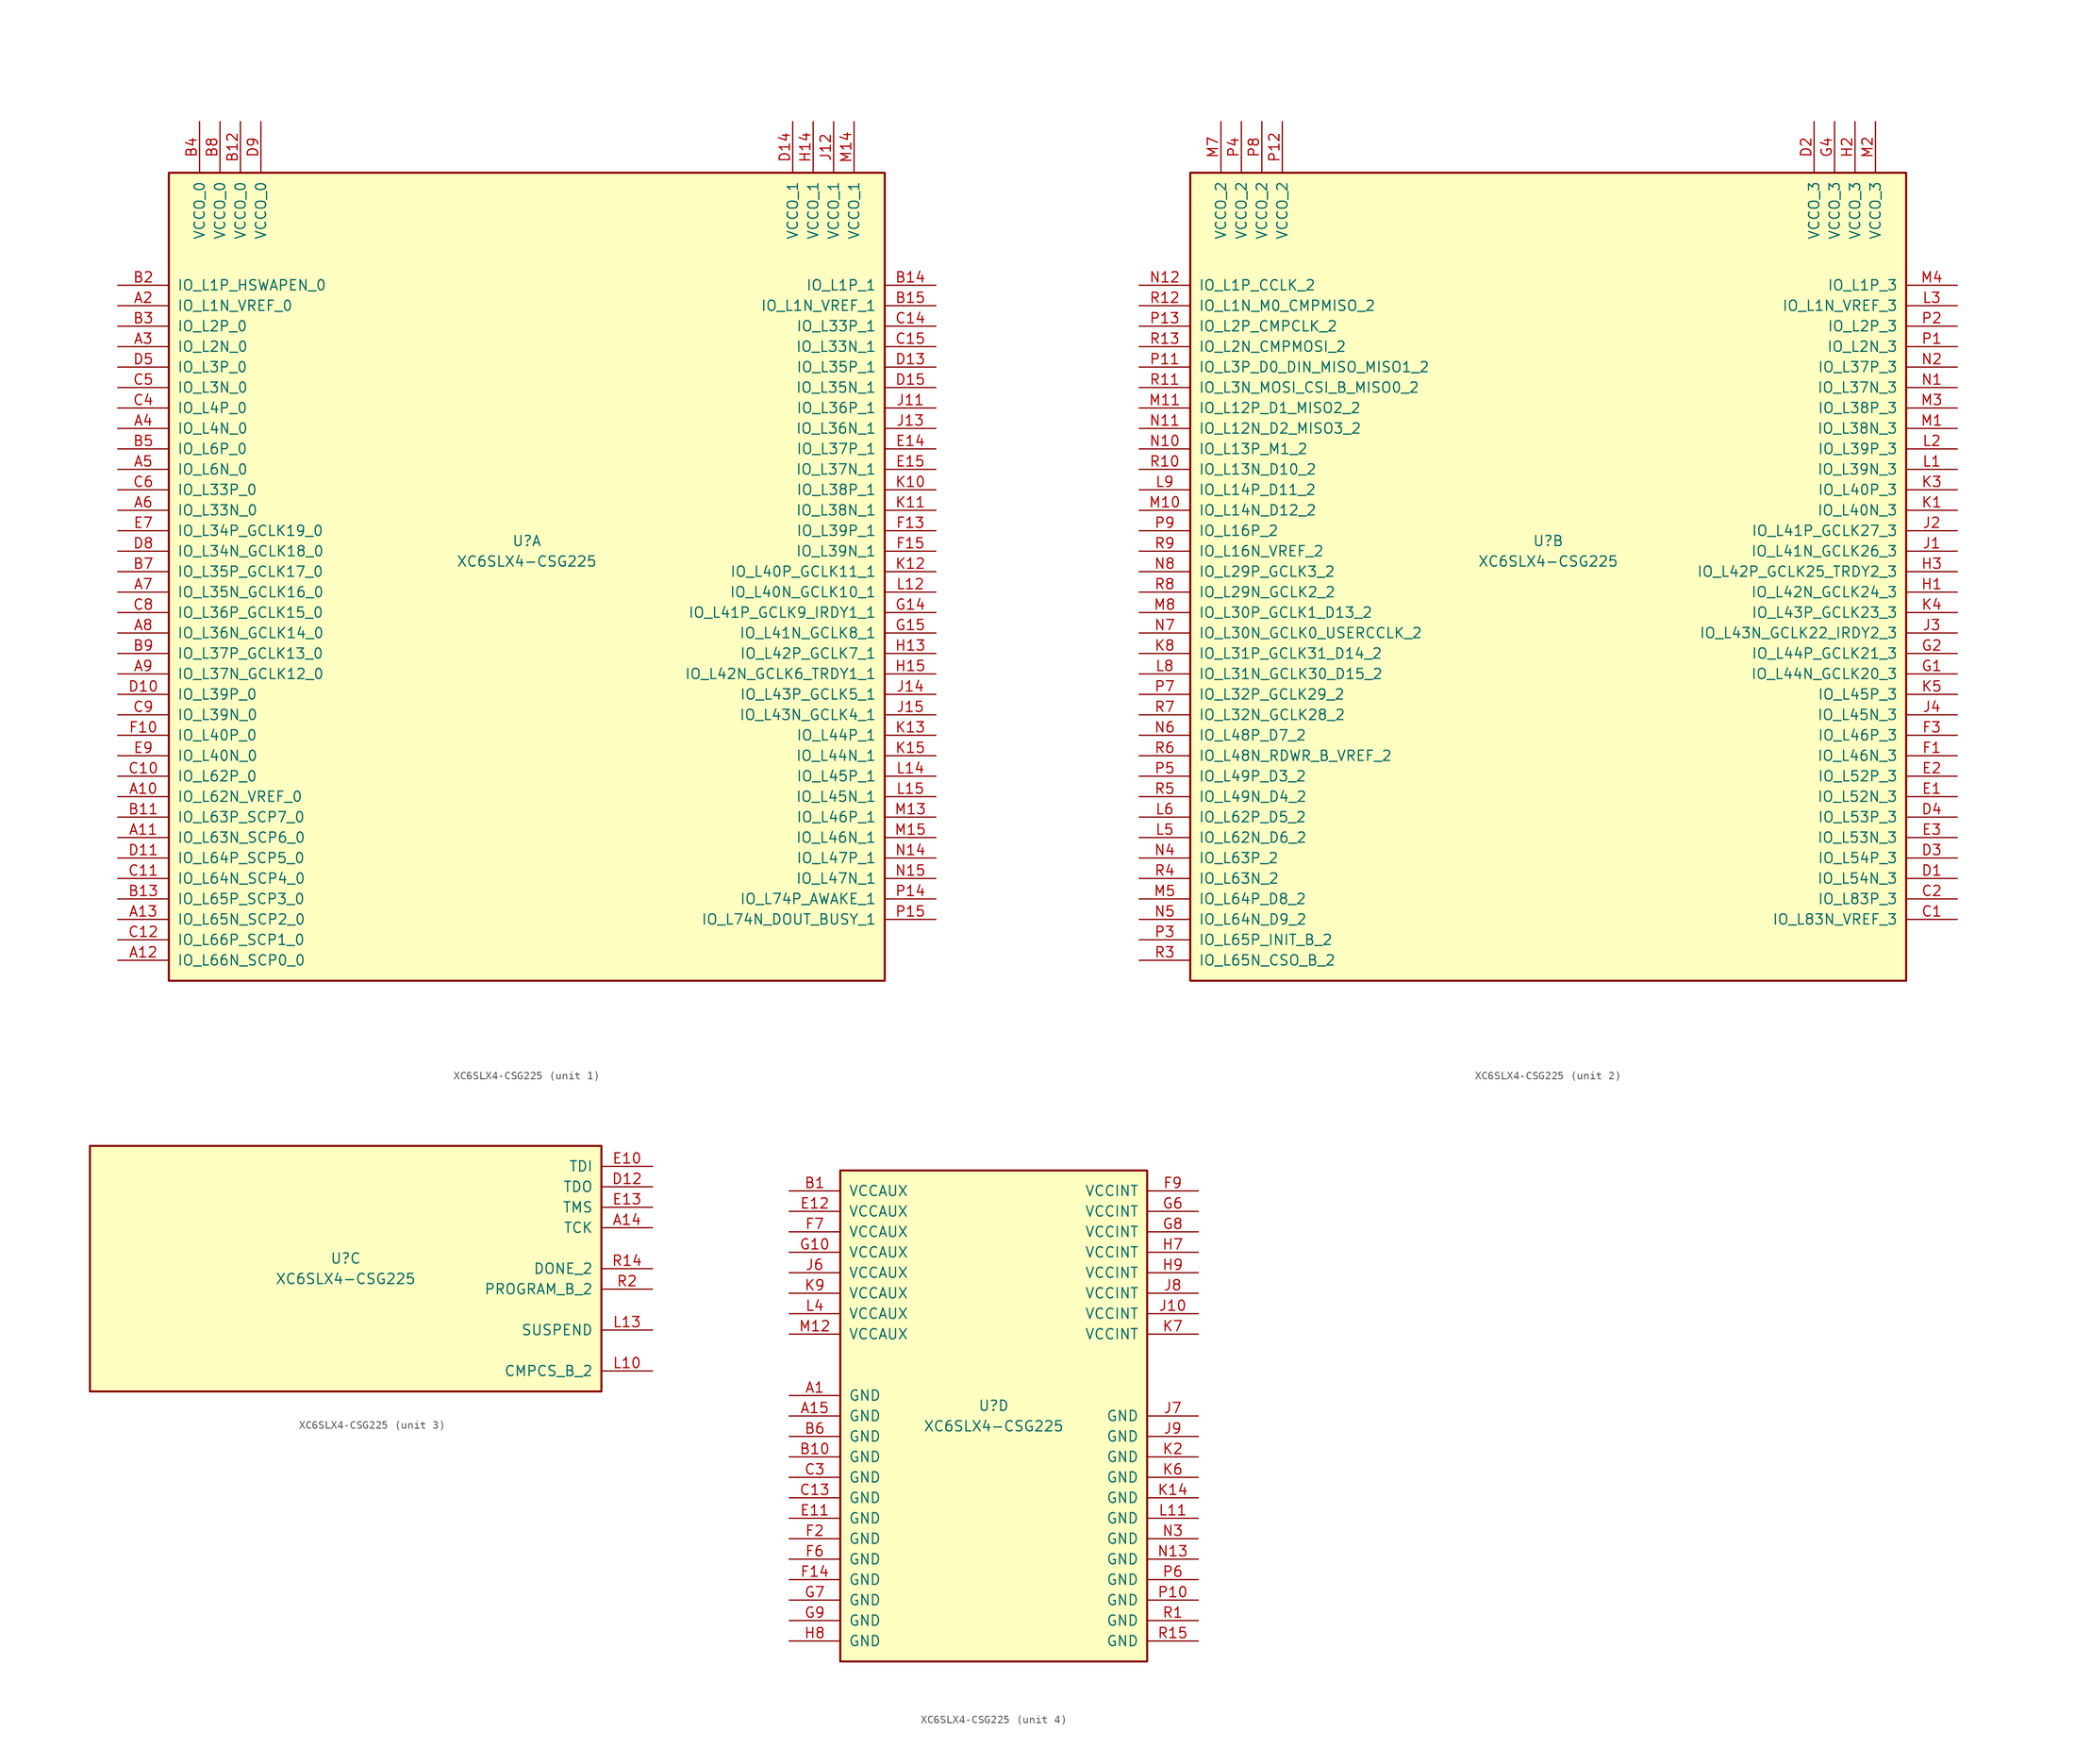
<source format=kicad_sym>
(kicad_symbol_lib
  (version 20201005)
  (generator kicad_symbol_editor)
  (symbol "FPGA_Xilinx_Spartan6:XC6SLX4-CSG225"
    (pin_names
      (offset 1.016))
    (property "Reference" "U"
      (at 0 1.27 0)
      (effects (font (size 1.27 1.27))))
    (property "Value" "XC6SLX4-CSG225"
      (at 0 -1.27 0)
      (effects (font (size 1.27 1.27))))
    (property "Datasheet" ""
      (at 0 0 0)
      (effects (font (size 1.27 1.27))))
    (property "ki_locked" ""
      (at 0 0 0)
      (effects (font (size 1.27 1.27))))
    (symbol "XC6SLX4-CSG225_1_1"
      (rectangle (start -44.45 46.99) (end 44.45 -53.34) (stroke (width 0.254)) (fill (type background)))
      (pin power_in line (at -40.64 53.34 270) (length 6.35) (name "VCCO_0" (effects (font (size 1.27 1.27)))) (number "B4" (effects (font (size 1.27 1.27)))))
      (pin power_in line (at -38.1 53.34 270) (length 6.35) (name "VCCO_0" (effects (font (size 1.27 1.27)))) (number "B8" (effects (font (size 1.27 1.27)))))
      (pin power_in line (at -35.56 53.34 270) (length 6.35) (name "VCCO_0" (effects (font (size 1.27 1.27)))) (number "B12" (effects (font (size 1.27 1.27)))))
      (pin power_in line (at -33.02 53.34 270) (length 6.35) (name "VCCO_0" (effects (font (size 1.27 1.27)))) (number "D9" (effects (font (size 1.27 1.27)))))
      (pin bidirectional line (at -50.8 33.02 0) (length 6.35) (name "IO_L1P_HSWAPEN_0" (effects (font (size 1.27 1.27)))) (number "B2" (effects (font (size 1.27 1.27)))))
      (pin bidirectional line (at -50.8 30.48 0) (length 6.35) (name "IO_L1N_VREF_0" (effects (font (size 1.27 1.27)))) (number "A2" (effects (font (size 1.27 1.27)))))
      (pin bidirectional line (at -50.8 27.94 0) (length 6.35) (name "IO_L2P_0" (effects (font (size 1.27 1.27)))) (number "B3" (effects (font (size 1.27 1.27)))))
      (pin bidirectional line (at -50.8 25.4 0) (length 6.35) (name "IO_L2N_0" (effects (font (size 1.27 1.27)))) (number "A3" (effects (font (size 1.27 1.27)))))
      (pin bidirectional line (at -50.8 22.86 0) (length 6.35) (name "IO_L3P_0" (effects (font (size 1.27 1.27)))) (number "D5" (effects (font (size 1.27 1.27)))))
      (pin bidirectional line (at -50.8 20.32 0) (length 6.35) (name "IO_L3N_0" (effects (font (size 1.27 1.27)))) (number "C5" (effects (font (size 1.27 1.27)))))
      (pin bidirectional line (at -50.8 17.78 0) (length 6.35) (name "IO_L4P_0" (effects (font (size 1.27 1.27)))) (number "C4" (effects (font (size 1.27 1.27)))))
      (pin bidirectional line (at -50.8 15.24 0) (length 6.35) (name "IO_L4N_0" (effects (font (size 1.27 1.27)))) (number "A4" (effects (font (size 1.27 1.27)))))
      (pin bidirectional line (at -50.8 12.7 0) (length 6.35) (name "IO_L6P_0" (effects (font (size 1.27 1.27)))) (number "B5" (effects (font (size 1.27 1.27)))))
      (pin bidirectional line (at -50.8 10.16 0) (length 6.35) (name "IO_L6N_0" (effects (font (size 1.27 1.27)))) (number "A5" (effects (font (size 1.27 1.27)))))
      (pin bidirectional line (at -50.8 7.62 0) (length 6.35) (name "IO_L33P_0" (effects (font (size 1.27 1.27)))) (number "C6" (effects (font (size 1.27 1.27)))))
      (pin bidirectional line (at -50.8 5.08 0) (length 6.35) (name "IO_L33N_0" (effects (font (size 1.27 1.27)))) (number "A6" (effects (font (size 1.27 1.27)))))
      (pin bidirectional line (at -50.8 2.54 0) (length 6.35) (name "IO_L34P_GCLK19_0" (effects (font (size 1.27 1.27)))) (number "E7" (effects (font (size 1.27 1.27)))))
      (pin bidirectional line (at -50.8 0 0) (length 6.35) (name "IO_L34N_GCLK18_0" (effects (font (size 1.27 1.27)))) (number "D8" (effects (font (size 1.27 1.27)))))
      (pin bidirectional line (at -50.8 -2.54 0) (length 6.35) (name "IO_L35P_GCLK17_0" (effects (font (size 1.27 1.27)))) (number "B7" (effects (font (size 1.27 1.27)))))
      (pin bidirectional line (at -50.8 -5.08 0) (length 6.35) (name "IO_L35N_GCLK16_0" (effects (font (size 1.27 1.27)))) (number "A7" (effects (font (size 1.27 1.27)))))
      (pin bidirectional line (at -50.8 -7.62 0) (length 6.35) (name "IO_L36P_GCLK15_0" (effects (font (size 1.27 1.27)))) (number "C8" (effects (font (size 1.27 1.27)))))
      (pin bidirectional line (at -50.8 -10.16 0) (length 6.35) (name "IO_L36N_GCLK14_0" (effects (font (size 1.27 1.27)))) (number "A8" (effects (font (size 1.27 1.27)))))
      (pin bidirectional line (at -50.8 -12.7 0) (length 6.35) (name "IO_L37P_GCLK13_0" (effects (font (size 1.27 1.27)))) (number "B9" (effects (font (size 1.27 1.27)))))
      (pin bidirectional line (at -50.8 -15.24 0) (length 6.35) (name "IO_L37N_GCLK12_0" (effects (font (size 1.27 1.27)))) (number "A9" (effects (font (size 1.27 1.27)))))
      (pin bidirectional line (at -50.8 -17.78 0) (length 6.35) (name "IO_L39P_0" (effects (font (size 1.27 1.27)))) (number "D10" (effects (font (size 1.27 1.27)))))
      (pin bidirectional line (at -50.8 -20.32 0) (length 6.35) (name "IO_L39N_0" (effects (font (size 1.27 1.27)))) (number "C9" (effects (font (size 1.27 1.27)))))
      (pin bidirectional line (at -50.8 -22.86 0) (length 6.35) (name "IO_L40P_0" (effects (font (size 1.27 1.27)))) (number "F10" (effects (font (size 1.27 1.27)))))
      (pin bidirectional line (at -50.8 -25.4 0) (length 6.35) (name "IO_L40N_0" (effects (font (size 1.27 1.27)))) (number "E9" (effects (font (size 1.27 1.27)))))
      (pin bidirectional line (at -50.8 -27.94 0) (length 6.35) (name "IO_L62P_0" (effects (font (size 1.27 1.27)))) (number "C10" (effects (font (size 1.27 1.27)))))
      (pin bidirectional line (at -50.8 -30.48 0) (length 6.35) (name "IO_L62N_VREF_0" (effects (font (size 1.27 1.27)))) (number "A10" (effects (font (size 1.27 1.27)))))
      (pin bidirectional line (at -50.8 -33.02 0) (length 6.35) (name "IO_L63P_SCP7_0" (effects (font (size 1.27 1.27)))) (number "B11" (effects (font (size 1.27 1.27)))))
      (pin bidirectional line (at -50.8 -35.56 0) (length 6.35) (name "IO_L63N_SCP6_0" (effects (font (size 1.27 1.27)))) (number "A11" (effects (font (size 1.27 1.27)))))
      (pin bidirectional line (at -50.8 -38.1 0) (length 6.35) (name "IO_L64P_SCP5_0" (effects (font (size 1.27 1.27)))) (number "D11" (effects (font (size 1.27 1.27)))))
      (pin bidirectional line (at -50.8 -40.64 0) (length 6.35) (name "IO_L64N_SCP4_0" (effects (font (size 1.27 1.27)))) (number "C11" (effects (font (size 1.27 1.27)))))
      (pin bidirectional line (at -50.8 -43.18 0) (length 6.35) (name "IO_L65P_SCP3_0" (effects (font (size 1.27 1.27)))) (number "B13" (effects (font (size 1.27 1.27)))))
      (pin bidirectional line (at -50.8 -45.72 0) (length 6.35) (name "IO_L65N_SCP2_0" (effects (font (size 1.27 1.27)))) (number "A13" (effects (font (size 1.27 1.27)))))
      (pin bidirectional line (at -50.8 -48.26 0) (length 6.35) (name "IO_L66P_SCP1_0" (effects (font (size 1.27 1.27)))) (number "C12" (effects (font (size 1.27 1.27)))))
      (pin bidirectional line (at -50.8 -50.8 0) (length 6.35) (name "IO_L66N_SCP0_0" (effects (font (size 1.27 1.27)))) (number "A12" (effects (font (size 1.27 1.27)))))
      (pin power_in line (at 33.02 53.34 270) (length 6.35) (name "VCCO_1" (effects (font (size 1.27 1.27)))) (number "D14" (effects (font (size 1.27 1.27)))))
      (pin power_in line (at 35.56 53.34 270) (length 6.35) (name "VCCO_1" (effects (font (size 1.27 1.27)))) (number "H14" (effects (font (size 1.27 1.27)))))
      (pin power_in line (at 38.1 53.34 270) (length 6.35) (name "VCCO_1" (effects (font (size 1.27 1.27)))) (number "J12" (effects (font (size 1.27 1.27)))))
      (pin power_in line (at 40.64 53.34 270) (length 6.35) (name "VCCO_1" (effects (font (size 1.27 1.27)))) (number "M14" (effects (font (size 1.27 1.27)))))
      (pin bidirectional line (at 50.8 33.02 180) (length 6.35) (name "IO_L1P_1" (effects (font (size 1.27 1.27)))) (number "B14" (effects (font (size 1.27 1.27)))))
      (pin bidirectional line (at 50.8 30.48 180) (length 6.35) (name "IO_L1N_VREF_1" (effects (font (size 1.27 1.27)))) (number "B15" (effects (font (size 1.27 1.27)))))
      (pin bidirectional line (at 50.8 27.94 180) (length 6.35) (name "IO_L33P_1" (effects (font (size 1.27 1.27)))) (number "C14" (effects (font (size 1.27 1.27)))))
      (pin bidirectional line (at 50.8 25.4 180) (length 6.35) (name "IO_L33N_1" (effects (font (size 1.27 1.27)))) (number "C15" (effects (font (size 1.27 1.27)))))
      (pin bidirectional line (at 50.8 22.86 180) (length 6.35) (name "IO_L35P_1" (effects (font (size 1.27 1.27)))) (number "D13" (effects (font (size 1.27 1.27)))))
      (pin bidirectional line (at 50.8 20.32 180) (length 6.35) (name "IO_L35N_1" (effects (font (size 1.27 1.27)))) (number "D15" (effects (font (size 1.27 1.27)))))
      (pin bidirectional line (at 50.8 17.78 180) (length 6.35) (name "IO_L36P_1" (effects (font (size 1.27 1.27)))) (number "J11" (effects (font (size 1.27 1.27)))))
      (pin bidirectional line (at 50.8 15.24 180) (length 6.35) (name "IO_L36N_1" (effects (font (size 1.27 1.27)))) (number "J13" (effects (font (size 1.27 1.27)))))
      (pin bidirectional line (at 50.8 12.7 180) (length 6.35) (name "IO_L37P_1" (effects (font (size 1.27 1.27)))) (number "E14" (effects (font (size 1.27 1.27)))))
      (pin bidirectional line (at 50.8 10.16 180) (length 6.35) (name "IO_L37N_1" (effects (font (size 1.27 1.27)))) (number "E15" (effects (font (size 1.27 1.27)))))
      (pin bidirectional line (at 50.8 7.62 180) (length 6.35) (name "IO_L38P_1" (effects (font (size 1.27 1.27)))) (number "K10" (effects (font (size 1.27 1.27)))))
      (pin bidirectional line (at 50.8 5.08 180) (length 6.35) (name "IO_L38N_1" (effects (font (size 1.27 1.27)))) (number "K11" (effects (font (size 1.27 1.27)))))
      (pin bidirectional line (at 50.8 2.54 180) (length 6.35) (name "IO_L39P_1" (effects (font (size 1.27 1.27)))) (number "F13" (effects (font (size 1.27 1.27)))))
      (pin bidirectional line (at 50.8 0 180) (length 6.35) (name "IO_L39N_1" (effects (font (size 1.27 1.27)))) (number "F15" (effects (font (size 1.27 1.27)))))
      (pin bidirectional line (at 50.8 -2.54 180) (length 6.35) (name "IO_L40P_GCLK11_1" (effects (font (size 1.27 1.27)))) (number "K12" (effects (font (size 1.27 1.27)))))
      (pin bidirectional line (at 50.8 -5.08 180) (length 6.35) (name "IO_L40N_GCLK10_1" (effects (font (size 1.27 1.27)))) (number "L12" (effects (font (size 1.27 1.27)))))
      (pin bidirectional line (at 50.8 -7.62 180) (length 6.35) (name "IO_L41P_GCLK9_IRDY1_1" (effects (font (size 1.27 1.27)))) (number "G14" (effects (font (size 1.27 1.27)))))
      (pin bidirectional line (at 50.8 -10.16 180) (length 6.35) (name "IO_L41N_GCLK8_1" (effects (font (size 1.27 1.27)))) (number "G15" (effects (font (size 1.27 1.27)))))
      (pin bidirectional line (at 50.8 -12.7 180) (length 6.35) (name "IO_L42P_GCLK7_1" (effects (font (size 1.27 1.27)))) (number "H13" (effects (font (size 1.27 1.27)))))
      (pin bidirectional line (at 50.8 -15.24 180) (length 6.35) (name "IO_L42N_GCLK6_TRDY1_1" (effects (font (size 1.27 1.27)))) (number "H15" (effects (font (size 1.27 1.27)))))
      (pin bidirectional line (at 50.8 -17.78 180) (length 6.35) (name "IO_L43P_GCLK5_1" (effects (font (size 1.27 1.27)))) (number "J14" (effects (font (size 1.27 1.27)))))
      (pin bidirectional line (at 50.8 -20.32 180) (length 6.35) (name "IO_L43N_GCLK4_1" (effects (font (size 1.27 1.27)))) (number "J15" (effects (font (size 1.27 1.27)))))
      (pin bidirectional line (at 50.8 -22.86 180) (length 6.35) (name "IO_L44P_1" (effects (font (size 1.27 1.27)))) (number "K13" (effects (font (size 1.27 1.27)))))
      (pin bidirectional line (at 50.8 -25.4 180) (length 6.35) (name "IO_L44N_1" (effects (font (size 1.27 1.27)))) (number "K15" (effects (font (size 1.27 1.27)))))
      (pin bidirectional line (at 50.8 -27.94 180) (length 6.35) (name "IO_L45P_1" (effects (font (size 1.27 1.27)))) (number "L14" (effects (font (size 1.27 1.27)))))
      (pin bidirectional line (at 50.8 -30.48 180) (length 6.35) (name "IO_L45N_1" (effects (font (size 1.27 1.27)))) (number "L15" (effects (font (size 1.27 1.27)))))
      (pin bidirectional line (at 50.8 -33.02 180) (length 6.35) (name "IO_L46P_1" (effects (font (size 1.27 1.27)))) (number "M13" (effects (font (size 1.27 1.27)))))
      (pin bidirectional line (at 50.8 -35.56 180) (length 6.35) (name "IO_L46N_1" (effects (font (size 1.27 1.27)))) (number "M15" (effects (font (size 1.27 1.27)))))
      (pin bidirectional line (at 50.8 -38.1 180) (length 6.35) (name "IO_L47P_1" (effects (font (size 1.27 1.27)))) (number "N14" (effects (font (size 1.27 1.27)))))
      (pin bidirectional line (at 50.8 -40.64 180) (length 6.35) (name "IO_L47N_1" (effects (font (size 1.27 1.27)))) (number "N15" (effects (font (size 1.27 1.27)))))
      (pin bidirectional line (at 50.8 -43.18 180) (length 6.35) (name "IO_L74P_AWAKE_1" (effects (font (size 1.27 1.27)))) (number "P14" (effects (font (size 1.27 1.27)))))
      (pin bidirectional line (at 50.8 -45.72 180) (length 6.35) (name "IO_L74N_DOUT_BUSY_1" (effects (font (size 1.27 1.27)))) (number "P15" (effects (font (size 1.27 1.27))))))
    (symbol "XC6SLX4-CSG225_2_1"
      (rectangle (start -44.45 46.99) (end 44.45 -53.34) (stroke (width 0.254)) (fill (type background)))
      (pin power_in line (at -40.64 53.34 270) (length 6.35) (name "VCCO_2" (effects (font (size 1.27 1.27)))) (number "M7" (effects (font (size 1.27 1.27)))))
      (pin power_in line (at -38.1 53.34 270) (length 6.35) (name "VCCO_2" (effects (font (size 1.27 1.27)))) (number "P4" (effects (font (size 1.27 1.27)))))
      (pin power_in line (at -35.56 53.34 270) (length 6.35) (name "VCCO_2" (effects (font (size 1.27 1.27)))) (number "P8" (effects (font (size 1.27 1.27)))))
      (pin power_in line (at -33.02 53.34 270) (length 6.35) (name "VCCO_2" (effects (font (size 1.27 1.27)))) (number "P12" (effects (font (size 1.27 1.27)))))
      (pin bidirectional line (at -50.8 33.02 0) (length 6.35) (name "IO_L1P_CCLK_2" (effects (font (size 1.27 1.27)))) (number "N12" (effects (font (size 1.27 1.27)))))
      (pin bidirectional line (at -50.8 30.48 0) (length 6.35) (name "IO_L1N_M0_CMPMISO_2" (effects (font (size 1.27 1.27)))) (number "R12" (effects (font (size 1.27 1.27)))))
      (pin bidirectional line (at -50.8 27.94 0) (length 6.35) (name "IO_L2P_CMPCLK_2" (effects (font (size 1.27 1.27)))) (number "P13" (effects (font (size 1.27 1.27)))))
      (pin bidirectional line (at -50.8 25.4 0) (length 6.35) (name "IO_L2N_CMPMOSI_2" (effects (font (size 1.27 1.27)))) (number "R13" (effects (font (size 1.27 1.27)))))
      (pin bidirectional line (at -50.8 22.86 0) (length 6.35) (name "IO_L3P_D0_DIN_MISO_MISO1_2" (effects (font (size 1.27 1.27)))) (number "P11" (effects (font (size 1.27 1.27)))))
      (pin bidirectional line (at -50.8 20.32 0) (length 6.35) (name "IO_L3N_MOSI_CSI_B_MISO0_2" (effects (font (size 1.27 1.27)))) (number "R11" (effects (font (size 1.27 1.27)))))
      (pin bidirectional line (at -50.8 17.78 0) (length 6.35) (name "IO_L12P_D1_MISO2_2" (effects (font (size 1.27 1.27)))) (number "M11" (effects (font (size 1.27 1.27)))))
      (pin bidirectional line (at -50.8 15.24 0) (length 6.35) (name "IO_L12N_D2_MISO3_2" (effects (font (size 1.27 1.27)))) (number "N11" (effects (font (size 1.27 1.27)))))
      (pin bidirectional line (at -50.8 12.7 0) (length 6.35) (name "IO_L13P_M1_2" (effects (font (size 1.27 1.27)))) (number "N10" (effects (font (size 1.27 1.27)))))
      (pin bidirectional line (at -50.8 10.16 0) (length 6.35) (name "IO_L13N_D10_2" (effects (font (size 1.27 1.27)))) (number "R10" (effects (font (size 1.27 1.27)))))
      (pin bidirectional line (at -50.8 7.62 0) (length 6.35) (name "IO_L14P_D11_2" (effects (font (size 1.27 1.27)))) (number "L9" (effects (font (size 1.27 1.27)))))
      (pin bidirectional line (at -50.8 5.08 0) (length 6.35) (name "IO_L14N_D12_2" (effects (font (size 1.27 1.27)))) (number "M10" (effects (font (size 1.27 1.27)))))
      (pin bidirectional line (at -50.8 2.54 0) (length 6.35) (name "IO_L16P_2" (effects (font (size 1.27 1.27)))) (number "P9" (effects (font (size 1.27 1.27)))))
      (pin bidirectional line (at -50.8 0 0) (length 6.35) (name "IO_L16N_VREF_2" (effects (font (size 1.27 1.27)))) (number "R9" (effects (font (size 1.27 1.27)))))
      (pin bidirectional line (at -50.8 -2.54 0) (length 6.35) (name "IO_L29P_GCLK3_2" (effects (font (size 1.27 1.27)))) (number "N8" (effects (font (size 1.27 1.27)))))
      (pin bidirectional line (at -50.8 -5.08 0) (length 6.35) (name "IO_L29N_GCLK2_2" (effects (font (size 1.27 1.27)))) (number "R8" (effects (font (size 1.27 1.27)))))
      (pin bidirectional line (at -50.8 -7.62 0) (length 6.35) (name "IO_L30P_GCLK1_D13_2" (effects (font (size 1.27 1.27)))) (number "M8" (effects (font (size 1.27 1.27)))))
      (pin bidirectional line (at -50.8 -10.16 0) (length 6.35) (name "IO_L30N_GCLK0_USERCCLK_2" (effects (font (size 1.27 1.27)))) (number "N7" (effects (font (size 1.27 1.27)))))
      (pin bidirectional line (at -50.8 -12.7 0) (length 6.35) (name "IO_L31P_GCLK31_D14_2" (effects (font (size 1.27 1.27)))) (number "K8" (effects (font (size 1.27 1.27)))))
      (pin bidirectional line (at -50.8 -15.24 0) (length 6.35) (name "IO_L31N_GCLK30_D15_2" (effects (font (size 1.27 1.27)))) (number "L8" (effects (font (size 1.27 1.27)))))
      (pin bidirectional line (at -50.8 -17.78 0) (length 6.35) (name "IO_L32P_GCLK29_2" (effects (font (size 1.27 1.27)))) (number "P7" (effects (font (size 1.27 1.27)))))
      (pin bidirectional line (at -50.8 -20.32 0) (length 6.35) (name "IO_L32N_GCLK28_2" (effects (font (size 1.27 1.27)))) (number "R7" (effects (font (size 1.27 1.27)))))
      (pin bidirectional line (at -50.8 -22.86 0) (length 6.35) (name "IO_L48P_D7_2" (effects (font (size 1.27 1.27)))) (number "N6" (effects (font (size 1.27 1.27)))))
      (pin bidirectional line (at -50.8 -25.4 0) (length 6.35) (name "IO_L48N_RDWR_B_VREF_2" (effects (font (size 1.27 1.27)))) (number "R6" (effects (font (size 1.27 1.27)))))
      (pin bidirectional line (at -50.8 -27.94 0) (length 6.35) (name "IO_L49P_D3_2" (effects (font (size 1.27 1.27)))) (number "P5" (effects (font (size 1.27 1.27)))))
      (pin bidirectional line (at -50.8 -30.48 0) (length 6.35) (name "IO_L49N_D4_2" (effects (font (size 1.27 1.27)))) (number "R5" (effects (font (size 1.27 1.27)))))
      (pin bidirectional line (at -50.8 -33.02 0) (length 6.35) (name "IO_L62P_D5_2" (effects (font (size 1.27 1.27)))) (number "L6" (effects (font (size 1.27 1.27)))))
      (pin bidirectional line (at -50.8 -35.56 0) (length 6.35) (name "IO_L62N_D6_2" (effects (font (size 1.27 1.27)))) (number "L5" (effects (font (size 1.27 1.27)))))
      (pin bidirectional line (at -50.8 -38.1 0) (length 6.35) (name "IO_L63P_2" (effects (font (size 1.27 1.27)))) (number "N4" (effects (font (size 1.27 1.27)))))
      (pin bidirectional line (at -50.8 -40.64 0) (length 6.35) (name "IO_L63N_2" (effects (font (size 1.27 1.27)))) (number "R4" (effects (font (size 1.27 1.27)))))
      (pin bidirectional line (at -50.8 -43.18 0) (length 6.35) (name "IO_L64P_D8_2" (effects (font (size 1.27 1.27)))) (number "M5" (effects (font (size 1.27 1.27)))))
      (pin bidirectional line (at -50.8 -45.72 0) (length 6.35) (name "IO_L64N_D9_2" (effects (font (size 1.27 1.27)))) (number "N5" (effects (font (size 1.27 1.27)))))
      (pin bidirectional line (at -50.8 -48.26 0) (length 6.35) (name "IO_L65P_INIT_B_2" (effects (font (size 1.27 1.27)))) (number "P3" (effects (font (size 1.27 1.27)))))
      (pin bidirectional line (at -50.8 -50.8 0) (length 6.35) (name "IO_L65N_CSO_B_2" (effects (font (size 1.27 1.27)))) (number "R3" (effects (font (size 1.27 1.27)))))
      (pin power_in line (at 33.02 53.34 270) (length 6.35) (name "VCCO_3" (effects (font (size 1.27 1.27)))) (number "D2" (effects (font (size 1.27 1.27)))))
      (pin power_in line (at 35.56 53.34 270) (length 6.35) (name "VCCO_3" (effects (font (size 1.27 1.27)))) (number "G4" (effects (font (size 1.27 1.27)))))
      (pin power_in line (at 38.1 53.34 270) (length 6.35) (name "VCCO_3" (effects (font (size 1.27 1.27)))) (number "H2" (effects (font (size 1.27 1.27)))))
      (pin power_in line (at 40.64 53.34 270) (length 6.35) (name "VCCO_3" (effects (font (size 1.27 1.27)))) (number "M2" (effects (font (size 1.27 1.27)))))
      (pin bidirectional line (at 50.8 33.02 180) (length 6.35) (name "IO_L1P_3" (effects (font (size 1.27 1.27)))) (number "M4" (effects (font (size 1.27 1.27)))))
      (pin bidirectional line (at 50.8 30.48 180) (length 6.35) (name "IO_L1N_VREF_3" (effects (font (size 1.27 1.27)))) (number "L3" (effects (font (size 1.27 1.27)))))
      (pin bidirectional line (at 50.8 27.94 180) (length 6.35) (name "IO_L2P_3" (effects (font (size 1.27 1.27)))) (number "P2" (effects (font (size 1.27 1.27)))))
      (pin bidirectional line (at 50.8 25.4 180) (length 6.35) (name "IO_L2N_3" (effects (font (size 1.27 1.27)))) (number "P1" (effects (font (size 1.27 1.27)))))
      (pin bidirectional line (at 50.8 22.86 180) (length 6.35) (name "IO_L37P_3" (effects (font (size 1.27 1.27)))) (number "N2" (effects (font (size 1.27 1.27)))))
      (pin bidirectional line (at 50.8 20.32 180) (length 6.35) (name "IO_L37N_3" (effects (font (size 1.27 1.27)))) (number "N1" (effects (font (size 1.27 1.27)))))
      (pin bidirectional line (at 50.8 17.78 180) (length 6.35) (name "IO_L38P_3" (effects (font (size 1.27 1.27)))) (number "M3" (effects (font (size 1.27 1.27)))))
      (pin bidirectional line (at 50.8 15.24 180) (length 6.35) (name "IO_L38N_3" (effects (font (size 1.27 1.27)))) (number "M1" (effects (font (size 1.27 1.27)))))
      (pin bidirectional line (at 50.8 12.7 180) (length 6.35) (name "IO_L39P_3" (effects (font (size 1.27 1.27)))) (number "L2" (effects (font (size 1.27 1.27)))))
      (pin bidirectional line (at 50.8 10.16 180) (length 6.35) (name "IO_L39N_3" (effects (font (size 1.27 1.27)))) (number "L1" (effects (font (size 1.27 1.27)))))
      (pin bidirectional line (at 50.8 7.62 180) (length 6.35) (name "IO_L40P_3" (effects (font (size 1.27 1.27)))) (number "K3" (effects (font (size 1.27 1.27)))))
      (pin bidirectional line (at 50.8 5.08 180) (length 6.35) (name "IO_L40N_3" (effects (font (size 1.27 1.27)))) (number "K1" (effects (font (size 1.27 1.27)))))
      (pin bidirectional line (at 50.8 2.54 180) (length 6.35) (name "IO_L41P_GCLK27_3" (effects (font (size 1.27 1.27)))) (number "J2" (effects (font (size 1.27 1.27)))))
      (pin bidirectional line (at 50.8 0 180) (length 6.35) (name "IO_L41N_GCLK26_3" (effects (font (size 1.27 1.27)))) (number "J1" (effects (font (size 1.27 1.27)))))
      (pin bidirectional line (at 50.8 -2.54 180) (length 6.35) (name "IO_L42P_GCLK25_TRDY2_3" (effects (font (size 1.27 1.27)))) (number "H3" (effects (font (size 1.27 1.27)))))
      (pin bidirectional line (at 50.8 -5.08 180) (length 6.35) (name "IO_L42N_GCLK24_3" (effects (font (size 1.27 1.27)))) (number "H1" (effects (font (size 1.27 1.27)))))
      (pin bidirectional line (at 50.8 -7.62 180) (length 6.35) (name "IO_L43P_GCLK23_3" (effects (font (size 1.27 1.27)))) (number "K4" (effects (font (size 1.27 1.27)))))
      (pin bidirectional line (at 50.8 -10.16 180) (length 6.35) (name "IO_L43N_GCLK22_IRDY2_3" (effects (font (size 1.27 1.27)))) (number "J3" (effects (font (size 1.27 1.27)))))
      (pin bidirectional line (at 50.8 -12.7 180) (length 6.35) (name "IO_L44P_GCLK21_3" (effects (font (size 1.27 1.27)))) (number "G2" (effects (font (size 1.27 1.27)))))
      (pin bidirectional line (at 50.8 -15.24 180) (length 6.35) (name "IO_L44N_GCLK20_3" (effects (font (size 1.27 1.27)))) (number "G1" (effects (font (size 1.27 1.27)))))
      (pin bidirectional line (at 50.8 -17.78 180) (length 6.35) (name "IO_L45P_3" (effects (font (size 1.27 1.27)))) (number "K5" (effects (font (size 1.27 1.27)))))
      (pin bidirectional line (at 50.8 -20.32 180) (length 6.35) (name "IO_L45N_3" (effects (font (size 1.27 1.27)))) (number "J4" (effects (font (size 1.27 1.27)))))
      (pin bidirectional line (at 50.8 -22.86 180) (length 6.35) (name "IO_L46P_3" (effects (font (size 1.27 1.27)))) (number "F3" (effects (font (size 1.27 1.27)))))
      (pin bidirectional line (at 50.8 -25.4 180) (length 6.35) (name "IO_L46N_3" (effects (font (size 1.27 1.27)))) (number "F1" (effects (font (size 1.27 1.27)))))
      (pin bidirectional line (at 50.8 -27.94 180) (length 6.35) (name "IO_L52P_3" (effects (font (size 1.27 1.27)))) (number "E2" (effects (font (size 1.27 1.27)))))
      (pin bidirectional line (at 50.8 -30.48 180) (length 6.35) (name "IO_L52N_3" (effects (font (size 1.27 1.27)))) (number "E1" (effects (font (size 1.27 1.27)))))
      (pin bidirectional line (at 50.8 -33.02 180) (length 6.35) (name "IO_L53P_3" (effects (font (size 1.27 1.27)))) (number "D4" (effects (font (size 1.27 1.27)))))
      (pin bidirectional line (at 50.8 -35.56 180) (length 6.35) (name "IO_L53N_3" (effects (font (size 1.27 1.27)))) (number "E3" (effects (font (size 1.27 1.27)))))
      (pin bidirectional line (at 50.8 -38.1 180) (length 6.35) (name "IO_L54P_3" (effects (font (size 1.27 1.27)))) (number "D3" (effects (font (size 1.27 1.27)))))
      (pin bidirectional line (at 50.8 -40.64 180) (length 6.35) (name "IO_L54N_3" (effects (font (size 1.27 1.27)))) (number "D1" (effects (font (size 1.27 1.27)))))
      (pin bidirectional line (at 50.8 -43.18 180) (length 6.35) (name "IO_L83P_3" (effects (font (size 1.27 1.27)))) (number "C2" (effects (font (size 1.27 1.27)))))
      (pin bidirectional line (at 50.8 -45.72 180) (length 6.35) (name "IO_L83N_VREF_3" (effects (font (size 1.27 1.27)))) (number "C1" (effects (font (size 1.27 1.27))))))
    (symbol "XC6SLX4-CSG225_3_1"
      (rectangle (start -31.75 15.24) (end 31.75 -15.24) (stroke (width 0.254)) (fill (type background)))
      (pin bidirectional line (at 38.1 12.7 180) (length 6.35) (name "TDI" (effects (font (size 1.27 1.27)))) (number "E10" (effects (font (size 1.27 1.27)))))
      (pin bidirectional line (at 38.1 10.16 180) (length 6.35) (name "TDO" (effects (font (size 1.27 1.27)))) (number "D12" (effects (font (size 1.27 1.27)))))
      (pin bidirectional line (at 38.1 7.62 180) (length 6.35) (name "TMS" (effects (font (size 1.27 1.27)))) (number "E13" (effects (font (size 1.27 1.27)))))
      (pin bidirectional line (at 38.1 5.08 180) (length 6.35) (name "TCK" (effects (font (size 1.27 1.27)))) (number "A14" (effects (font (size 1.27 1.27)))))
      (pin bidirectional line (at 38.1 0 180) (length 6.35) (name "DONE_2" (effects (font (size 1.27 1.27)))) (number "R14" (effects (font (size 1.27 1.27)))))
      (pin bidirectional line (at 38.1 -2.54 180) (length 6.35) (name "PROGRAM_B_2" (effects (font (size 1.27 1.27)))) (number "R2" (effects (font (size 1.27 1.27)))))
      (pin bidirectional line (at 38.1 -7.62 180) (length 6.35) (name "SUSPEND" (effects (font (size 1.27 1.27)))) (number "L13" (effects (font (size 1.27 1.27)))))
      (pin bidirectional line (at 38.1 -12.7 180) (length 6.35) (name "CMPCS_B_2" (effects (font (size 1.27 1.27)))) (number "L10" (effects (font (size 1.27 1.27))))))
    (symbol "XC6SLX4-CSG225_4_1"
      (rectangle (start -19.05 30.48) (end 19.05 -30.48) (stroke (width 0.254)) (fill (type background)))
      (pin power_in line (at -25.4 27.94 0) (length 6.35) (name "VCCAUX" (effects (font (size 1.27 1.27)))) (number "B1" (effects (font (size 1.27 1.27)))))
      (pin power_in line (at -25.4 25.4 0) (length 6.35) (name "VCCAUX" (effects (font (size 1.27 1.27)))) (number "E12" (effects (font (size 1.27 1.27)))))
      (pin power_in line (at -25.4 22.86 0) (length 6.35) (name "VCCAUX" (effects (font (size 1.27 1.27)))) (number "F7" (effects (font (size 1.27 1.27)))))
      (pin power_in line (at -25.4 20.32 0) (length 6.35) (name "VCCAUX" (effects (font (size 1.27 1.27)))) (number "G10" (effects (font (size 1.27 1.27)))))
      (pin power_in line (at -25.4 17.78 0) (length 6.35) (name "VCCAUX" (effects (font (size 1.27 1.27)))) (number "J6" (effects (font (size 1.27 1.27)))))
      (pin power_in line (at -25.4 15.24 0) (length 6.35) (name "VCCAUX" (effects (font (size 1.27 1.27)))) (number "K9" (effects (font (size 1.27 1.27)))))
      (pin power_in line (at -25.4 12.7 0) (length 6.35) (name "VCCAUX" (effects (font (size 1.27 1.27)))) (number "L4" (effects (font (size 1.27 1.27)))))
      (pin power_in line (at -25.4 10.16 0) (length 6.35) (name "VCCAUX" (effects (font (size 1.27 1.27)))) (number "M12" (effects (font (size 1.27 1.27)))))
      (pin power_in line (at -25.4 2.54 0) (length 6.35) (name "GND" (effects (font (size 1.27 1.27)))) (number "A1" (effects (font (size 1.27 1.27)))))
      (pin power_in line (at -25.4 0 0) (length 6.35) (name "GND" (effects (font (size 1.27 1.27)))) (number "A15" (effects (font (size 1.27 1.27)))))
      (pin power_in line (at -25.4 -2.54 0) (length 6.35) (name "GND" (effects (font (size 1.27 1.27)))) (number "B6" (effects (font (size 1.27 1.27)))))
      (pin power_in line (at -25.4 -5.08 0) (length 6.35) (name "GND" (effects (font (size 1.27 1.27)))) (number "B10" (effects (font (size 1.27 1.27)))))
      (pin power_in line (at -25.4 -7.62 0) (length 6.35) (name "GND" (effects (font (size 1.27 1.27)))) (number "C3" (effects (font (size 1.27 1.27)))))
      (pin power_in line (at -25.4 -10.16 0) (length 6.35) (name "GND" (effects (font (size 1.27 1.27)))) (number "C13" (effects (font (size 1.27 1.27)))))
      (pin power_in line (at -25.4 -12.7 0) (length 6.35) (name "GND" (effects (font (size 1.27 1.27)))) (number "E11" (effects (font (size 1.27 1.27)))))
      (pin power_in line (at -25.4 -15.24 0) (length 6.35) (name "GND" (effects (font (size 1.27 1.27)))) (number "F2" (effects (font (size 1.27 1.27)))))
      (pin power_in line (at -25.4 -17.78 0) (length 6.35) (name "GND" (effects (font (size 1.27 1.27)))) (number "F6" (effects (font (size 1.27 1.27)))))
      (pin power_in line (at -25.4 -20.32 0) (length 6.35) (name "GND" (effects (font (size 1.27 1.27)))) (number "F14" (effects (font (size 1.27 1.27)))))
      (pin power_in line (at -25.4 -22.86 0) (length 6.35) (name "GND" (effects (font (size 1.27 1.27)))) (number "G7" (effects (font (size 1.27 1.27)))))
      (pin power_in line (at -25.4 -25.4 0) (length 6.35) (name "GND" (effects (font (size 1.27 1.27)))) (number "G9" (effects (font (size 1.27 1.27)))))
      (pin power_in line (at -25.4 -27.94 0) (length 6.35) (name "GND" (effects (font (size 1.27 1.27)))) (number "H8" (effects (font (size 1.27 1.27)))))
      (pin power_in line (at 25.4 27.94 180) (length 6.35) (name "VCCINT" (effects (font (size 1.27 1.27)))) (number "F9" (effects (font (size 1.27 1.27)))))
      (pin power_in line (at 25.4 25.4 180) (length 6.35) (name "VCCINT" (effects (font (size 1.27 1.27)))) (number "G6" (effects (font (size 1.27 1.27)))))
      (pin power_in line (at 25.4 22.86 180) (length 6.35) (name "VCCINT" (effects (font (size 1.27 1.27)))) (number "G8" (effects (font (size 1.27 1.27)))))
      (pin power_in line (at 25.4 20.32 180) (length 6.35) (name "VCCINT" (effects (font (size 1.27 1.27)))) (number "H7" (effects (font (size 1.27 1.27)))))
      (pin power_in line (at 25.4 17.78 180) (length 6.35) (name "VCCINT" (effects (font (size 1.27 1.27)))) (number "H9" (effects (font (size 1.27 1.27)))))
      (pin power_in line (at 25.4 15.24 180) (length 6.35) (name "VCCINT" (effects (font (size 1.27 1.27)))) (number "J8" (effects (font (size 1.27 1.27)))))
      (pin power_in line (at 25.4 12.7 180) (length 6.35) (name "VCCINT" (effects (font (size 1.27 1.27)))) (number "J10" (effects (font (size 1.27 1.27)))))
      (pin power_in line (at 25.4 10.16 180) (length 6.35) (name "VCCINT" (effects (font (size 1.27 1.27)))) (number "K7" (effects (font (size 1.27 1.27)))))
      (pin power_in line (at 25.4 0 180) (length 6.35) (name "GND" (effects (font (size 1.27 1.27)))) (number "J7" (effects (font (size 1.27 1.27)))))
      (pin power_in line (at 25.4 -2.54 180) (length 6.35) (name "GND" (effects (font (size 1.27 1.27)))) (number "J9" (effects (font (size 1.27 1.27)))))
      (pin power_in line (at 25.4 -5.08 180) (length 6.35) (name "GND" (effects (font (size 1.27 1.27)))) (number "K2" (effects (font (size 1.27 1.27)))))
      (pin power_in line (at 25.4 -7.62 180) (length 6.35) (name "GND" (effects (font (size 1.27 1.27)))) (number "K6" (effects (font (size 1.27 1.27)))))
      (pin power_in line (at 25.4 -10.16 180) (length 6.35) (name "GND" (effects (font (size 1.27 1.27)))) (number "K14" (effects (font (size 1.27 1.27)))))
      (pin power_in line (at 25.4 -12.7 180) (length 6.35) (name "GND" (effects (font (size 1.27 1.27)))) (number "L11" (effects (font (size 1.27 1.27)))))
      (pin power_in line (at 25.4 -15.24 180) (length 6.35) (name "GND" (effects (font (size 1.27 1.27)))) (number "N3" (effects (font (size 1.27 1.27)))))
      (pin power_in line (at 25.4 -17.78 180) (length 6.35) (name "GND" (effects (font (size 1.27 1.27)))) (number "N13" (effects (font (size 1.27 1.27)))))
      (pin power_in line (at 25.4 -20.32 180) (length 6.35) (name "GND" (effects (font (size 1.27 1.27)))) (number "P6" (effects (font (size 1.27 1.27)))))
      (pin power_in line (at 25.4 -22.86 180) (length 6.35) (name "GND" (effects (font (size 1.27 1.27)))) (number "P10" (effects (font (size 1.27 1.27)))))
      (pin power_in line (at 25.4 -25.4 180) (length 6.35) (name "GND" (effects (font (size 1.27 1.27)))) (number "R1" (effects (font (size 1.27 1.27)))))
      (pin power_in line (at 25.4 -27.94 180) (length 6.35) (name "GND" (effects (font (size 1.27 1.27)))) (number "R15" (effects (font (size 1.27 1.27))))))))
</source>
